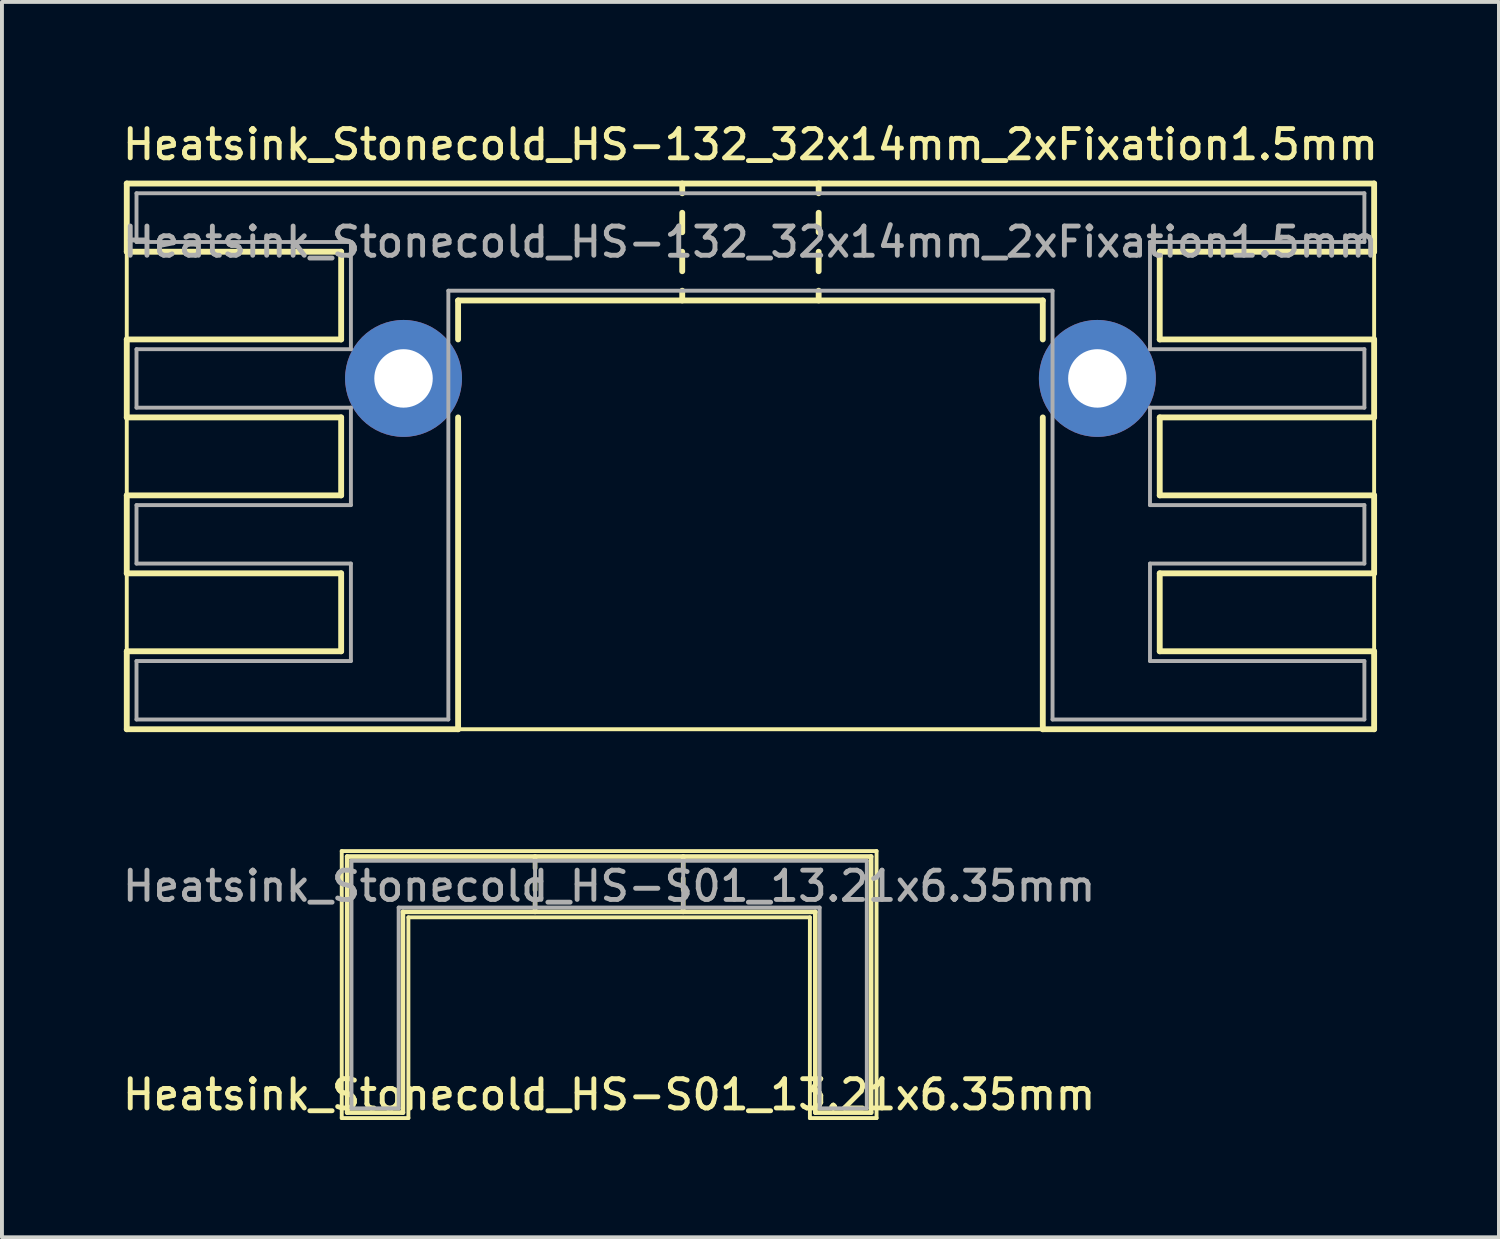
<source format=kicad_pcb>
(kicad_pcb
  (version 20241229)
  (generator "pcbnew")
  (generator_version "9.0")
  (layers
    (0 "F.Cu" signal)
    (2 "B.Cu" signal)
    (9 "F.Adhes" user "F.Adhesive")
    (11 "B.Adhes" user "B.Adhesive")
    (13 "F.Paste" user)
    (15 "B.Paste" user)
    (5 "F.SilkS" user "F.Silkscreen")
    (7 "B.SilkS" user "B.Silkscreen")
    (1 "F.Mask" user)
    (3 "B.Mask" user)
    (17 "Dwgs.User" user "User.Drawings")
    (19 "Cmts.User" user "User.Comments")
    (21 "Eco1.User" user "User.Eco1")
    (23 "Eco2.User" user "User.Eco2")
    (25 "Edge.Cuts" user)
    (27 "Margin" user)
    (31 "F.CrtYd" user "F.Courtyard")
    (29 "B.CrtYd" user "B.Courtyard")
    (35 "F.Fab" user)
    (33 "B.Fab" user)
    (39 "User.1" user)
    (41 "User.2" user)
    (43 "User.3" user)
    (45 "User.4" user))
  (footprint "Heatsink_Stonecold_HS-S01_13.21x6.35mm"
    (layer "F.Cu")
    (at 12.577 19.033)
    (property "Reference" "Heatsink_Stonecold_HS-S01_13.21x6.35mm" (at 0 6 0) (layer "F.SilkS") (effects (font (size 0.75 0.75) (thickness 0.125))))
    (fp_line (start -6.86 -0.25) (end -6.86 6.6) (stroke (width 0.1) (type solid)) (layer "F.SilkS"))
    (fp_line (start -6.86 -0.25) (end 6.86 -0.25) (stroke (width 0.1) (type solid)) (layer "F.SilkS"))
    (fp_line (start -6.86 6.6) (end -5.15 6.6) (stroke (width 0.1) (type solid)) (layer "F.SilkS"))
    (fp_line (start -6.72 -0.11) (end -6.72 6.46) (stroke (width 0.12) (type solid)) (layer "F.SilkS"))
    (fp_line (start -6.72 -0.11) (end 6.72 -0.11) (stroke (width 0.12) (type solid)) (layer "F.SilkS"))
    (fp_line (start -6.72 6.46) (end -5.29 6.46) (stroke (width 0.12) (type solid)) (layer "F.SilkS"))
    (fp_line (start -5.29 1.31) (end 5.29 1.31) (stroke (width 0.12) (type solid)) (layer "F.SilkS"))
    (fp_line (start -5.29 6.46) (end -5.29 1.31) (stroke (width 0.12) (type solid)) (layer "F.SilkS"))
    (fp_line (start -5.15 1.45) (end -5.15 6.6) (stroke (width 0.1) (type solid)) (layer "F.SilkS"))
    (fp_line (start -5.15 1.45) (end 5.15 1.45) (stroke (width 0.1) (type solid)) (layer "F.SilkS"))
    (fp_line (start -1.9 -0.11) (end -1.9 0.19) (stroke (width 0.12) (type solid)) (layer "F.SilkS"))
    (fp_line (start -1.9 0.45) (end -1.9 0.75) (stroke (width 0.12) (type solid)) (layer "F.SilkS"))
    (fp_line (start -1.9 1.01) (end -1.9 1.31) (stroke (width 0.12) (type solid)) (layer "F.SilkS"))
    (fp_line (start 1.9 -0.11) (end 1.9 0.19) (stroke (width 0.12) (type solid)) (layer "F.SilkS"))
    (fp_line (start 1.9 0.45) (end 1.9 0.75) (stroke (width 0.12) (type solid)) (layer "F.SilkS"))
    (fp_line (start 1.9 1.01) (end 1.9 1.31) (stroke (width 0.12) (type solid)) (layer "F.SilkS"))
    (fp_line (start 5.15 1.45) (end 5.15 6.6) (stroke (width 0.1) (type solid)) (layer "F.SilkS"))
    (fp_line (start 5.15 6.6) (end 6.86 6.6) (stroke (width 0.1) (type solid)) (layer "F.SilkS"))
    (fp_line (start 5.29 1.31) (end 5.29 6.46) (stroke (width 0.12) (type solid)) (layer "F.SilkS"))
    (fp_line (start 5.29 6.46) (end 6.72 6.46) (stroke (width 0.12) (type solid)) (layer "F.SilkS"))
    (fp_line (start 6.72 -0.11) (end 6.72 6.46) (stroke (width 0.12) (type solid)) (layer "F.SilkS"))
    (fp_line (start 6.86 -0.25) (end 6.86 6.6) (stroke (width 0.1) (type solid)) (layer "F.SilkS"))
    (fp_line (start -6.61 0) (end -6.61 6.35) (stroke (width 0.1) (type solid)) (layer "F.Fab"))
    (fp_line (start -6.61 0) (end 6.61 0) (stroke (width 0.1) (type solid)) (layer "F.Fab"))
    (fp_line (start -6.61 6.35) (end -5.4 6.35) (stroke (width 0.1) (type solid)) (layer "F.Fab"))
    (fp_line (start -5.4 1.2) (end -5.4 6.35) (stroke (width 0.1) (type solid)) (layer "F.Fab"))
    (fp_line (start -5.4 1.2) (end 5.4 1.2) (stroke (width 0.1) (type solid)) (layer "F.Fab"))
    (fp_line (start -1.9 1.2) (end -1.9 0) (stroke (width 0.1) (type solid)) (layer "F.Fab"))
    (fp_line (start 1.9 1.2) (end 1.9 0) (stroke (width 0.1) (type solid)) (layer "F.Fab"))
    (fp_line (start 5.4 1.2) (end 5.4 6.35) (stroke (width 0.1) (type solid)) (layer "F.Fab"))
    (fp_line (start 5.4 6.35) (end 6.61 6.35) (stroke (width 0.1) (type solid)) (layer "F.Fab"))
    (fp_line (start 6.61 0) (end 6.61 6.35) (stroke (width 0.1) (type solid)) (layer "F.Fab"))
    (fp_text user "${REFERENCE}" (at 0 0.65 0) (layer "F.Fab") (effects (font (size 0.75 0.75) (thickness 0.125)))))
  (footprint "Heatsink_Stonecold_HS-132_32x14mm_2xFixation1.5mm"
    (layer "F.Cu")
    (at 16.202 6.658)
    (property "Reference" "Heatsink_Stonecold_HS-132_32x14mm_2xFixation1.5mm" (at 0 -6 0) (layer "F.SilkS") (effects (font (size 0.75 0.75) (thickness 0.125))))
    (attr through_hole)
    (fp_line (start -16 -5) (end -16 9) (stroke (width 0.1) (type solid)) (layer "F.SilkS"))
    (fp_line (start -16 -5) (end 16 -5) (stroke (width 0.1) (type solid)) (layer "F.SilkS"))
    (fp_line (start -16 -5) (end 16 -5) (stroke (width 0.15) (type solid)) (layer "F.SilkS"))
    (fp_line (start -16 -3.25) (end -16 -5) (stroke (width 0.15) (type solid)) (layer "F.SilkS"))
    (fp_line (start -16 -1) (end -16 1) (stroke (width 0.15) (type solid)) (layer "F.SilkS"))
    (fp_line (start -16 1) (end -10.5 1) (stroke (width 0.15) (type solid)) (layer "F.SilkS"))
    (fp_line (start -16 3) (end -16 5) (stroke (width 0.15) (type solid)) (layer "F.SilkS"))
    (fp_line (start -16 5) (end -10.5 5) (stroke (width 0.15) (type solid)) (layer "F.SilkS"))
    (fp_line (start -16 7) (end -16 9) (stroke (width 0.15) (type solid)) (layer "F.SilkS"))
    (fp_line (start -10.5 -3.25) (end -16 -3.25) (stroke (width 0.15) (type solid)) (layer "F.SilkS"))
    (fp_line (start -10.5 -3.25) (end -10.5 -1) (stroke (width 0.15) (type solid)) (layer "F.SilkS"))
    (fp_line (start -10.5 -1) (end -16 -1) (stroke (width 0.15) (type solid)) (layer "F.SilkS"))
    (fp_line (start -10.5 1) (end -10.5 3) (stroke (width 0.15) (type solid)) (layer "F.SilkS"))
    (fp_line (start -10.5 3) (end -16 3) (stroke (width 0.15) (type solid)) (layer "F.SilkS"))
    (fp_line (start -10.5 5) (end -10.5 7) (stroke (width 0.15) (type solid)) (layer "F.SilkS"))
    (fp_line (start -10.5 7) (end -16 7) (stroke (width 0.15) (type solid)) (layer "F.SilkS"))
    (fp_line (start -7.5 -2) (end -7.5 -1) (stroke (width 0.15) (type solid)) (layer "F.SilkS"))
    (fp_line (start -7.5 -2) (end 7.5 -2) (stroke (width 0.15) (type solid)) (layer "F.SilkS"))
    (fp_line (start -7.5 1) (end -7.5 9) (stroke (width 0.15) (type solid)) (layer "F.SilkS"))
    (fp_line (start -7.5 9) (end -16 9) (stroke (width 0.15) (type solid)) (layer "F.SilkS"))
    (fp_line (start -1.75 -4.75) (end -1.75 -5) (stroke (width 0.15) (type solid)) (layer "F.SilkS"))
    (fp_line (start -1.75 -4.25) (end -1.75 -3.75) (stroke (width 0.15) (type solid)) (layer "F.SilkS"))
    (fp_line (start -1.75 -3.25) (end -1.75 -2.75) (stroke (width 0.15) (type solid)) (layer "F.SilkS"))
    (fp_line (start -1.75 -2.25) (end -1.75 -2) (stroke (width 0.15) (type solid)) (layer "F.SilkS"))
    (fp_line (start 1.75 -4.75) (end 1.75 -5) (stroke (width 0.15) (type solid)) (layer "F.SilkS"))
    (fp_line (start 1.75 -4.25) (end 1.75 -3.75) (stroke (width 0.15) (type solid)) (layer "F.SilkS"))
    (fp_line (start 1.75 -3.25) (end 1.75 -2.75) (stroke (width 0.15) (type solid)) (layer "F.SilkS"))
    (fp_line (start 1.75 -2.25) (end 1.75 -2) (stroke (width 0.15) (type solid)) (layer "F.SilkS"))
    (fp_line (start 7.5 -2) (end 7.5 -1) (stroke (width 0.15) (type solid)) (layer "F.SilkS"))
    (fp_line (start 7.5 1) (end 7.5 9) (stroke (width 0.15) (type solid)) (layer "F.SilkS"))
    (fp_line (start 7.5 9) (end 16 9) (stroke (width 0.15) (type solid)) (layer "F.SilkS"))
    (fp_line (start 10.5 -3.25) (end 10.5 -1) (stroke (width 0.15) (type solid)) (layer "F.SilkS"))
    (fp_line (start 10.5 -3.25) (end 16 -3.25) (stroke (width 0.15) (type solid)) (layer "F.SilkS"))
    (fp_line (start 10.5 -1) (end 16 -1) (stroke (width 0.15) (type solid)) (layer "F.SilkS"))
    (fp_line (start 10.5 1) (end 10.5 3) (stroke (width 0.15) (type solid)) (layer "F.SilkS"))
    (fp_line (start 10.5 1) (end 16 1) (stroke (width 0.15) (type solid)) (layer "F.SilkS"))
    (fp_line (start 10.5 3) (end 16 3) (stroke (width 0.15) (type solid)) (layer "F.SilkS"))
    (fp_line (start 10.5 5) (end 10.5 7) (stroke (width 0.15) (type solid)) (layer "F.SilkS"))
    (fp_line (start 10.5 5) (end 16 5) (stroke (width 0.15) (type solid)) (layer "F.SilkS"))
    (fp_line (start 10.5 7) (end 16 7) (stroke (width 0.15) (type solid)) (layer "F.SilkS"))
    (fp_line (start 16 -5) (end 16 -3.25) (stroke (width 0.15) (type solid)) (layer "F.SilkS"))
    (fp_line (start 16 -1) (end 16 1) (stroke (width 0.15) (type solid)) (layer "F.SilkS"))
    (fp_line (start 16 3) (end 16 5) (stroke (width 0.15) (type solid)) (layer "F.SilkS"))
    (fp_line (start 16 7) (end 16 9) (stroke (width 0.15) (type solid)) (layer "F.SilkS"))
    (fp_line (start 16 9) (end -16 9) (stroke (width 0.1) (type solid)) (layer "F.SilkS"))
    (fp_line (start 16 9) (end 16 -5) (stroke (width 0.1) (type solid)) (layer "F.SilkS"))
    (fp_line (start -15.75 -4.75) (end -15.75 -3.5) (stroke (width 0.1) (type solid)) (layer "F.Fab"))
    (fp_line (start -15.75 -3.5) (end -10.25 -3.5) (stroke (width 0.1) (type solid)) (layer "F.Fab"))
    (fp_line (start -15.75 -0.75) (end -15.75 0.75) (stroke (width 0.1) (type solid)) (layer "F.Fab"))
    (fp_line (start -15.75 0.75) (end -10.25 0.75) (stroke (width 0.1) (type solid)) (layer "F.Fab"))
    (fp_line (start -15.75 3.25) (end -15.75 4.75) (stroke (width 0.1) (type solid)) (layer "F.Fab"))
    (fp_line (start -15.75 4.75) (end -10.25 4.75) (stroke (width 0.1) (type solid)) (layer "F.Fab"))
    (fp_line (start -15.75 7.25) (end -15.75 8.75) (stroke (width 0.1) (type solid)) (layer "F.Fab"))
    (fp_line (start -15.75 8.75) (end -7.75 8.75) (stroke (width 0.1) (type solid)) (layer "F.Fab"))
    (fp_line (start -10.25 -3.5) (end -10.25 -0.75) (stroke (width 0.1) (type solid)) (layer "F.Fab"))
    (fp_line (start -10.25 -0.75) (end -15.75 -0.75) (stroke (width 0.1) (type solid)) (layer "F.Fab"))
    (fp_line (start -10.25 0.75) (end -10.25 3.25) (stroke (width 0.1) (type solid)) (layer "F.Fab"))
    (fp_line (start -10.25 3.25) (end -15.75 3.25) (stroke (width 0.1) (type solid)) (layer "F.Fab"))
    (fp_line (start -10.25 4.75) (end -10.25 7.25) (stroke (width 0.1) (type solid)) (layer "F.Fab"))
    (fp_line (start -10.25 7.25) (end -15.75 7.25) (stroke (width 0.1) (type solid)) (layer "F.Fab"))
    (fp_line (start -7.75 -2.25) (end 7.75 -2.25) (stroke (width 0.1) (type solid)) (layer "F.Fab"))
    (fp_line (start -7.75 8.75) (end -7.75 -2.25) (stroke (width 0.1) (type solid)) (layer "F.Fab"))
    (fp_line (start 7.75 -2.25) (end 7.75 8.75) (stroke (width 0.1) (type solid)) (layer "F.Fab"))
    (fp_line (start 7.75 8.75) (end 15.75 8.75) (stroke (width 0.1) (type solid)) (layer "F.Fab"))
    (fp_line (start 10.25 -3.5) (end 15.75 -3.5) (stroke (width 0.1) (type solid)) (layer "F.Fab"))
    (fp_line (start 10.25 -0.75) (end 10.25 -3.5) (stroke (width 0.1) (type solid)) (layer "F.Fab"))
    (fp_line (start 10.25 0.75) (end 15.75 0.75) (stroke (width 0.1) (type solid)) (layer "F.Fab"))
    (fp_line (start 10.25 3.25) (end 10.25 0.75) (stroke (width 0.1) (type solid)) (layer "F.Fab"))
    (fp_line (start 10.25 4.75) (end 15.75 4.75) (stroke (width 0.1) (type solid)) (layer "F.Fab"))
    (fp_line (start 10.25 7.25) (end 10.25 4.75) (stroke (width 0.1) (type solid)) (layer "F.Fab"))
    (fp_line (start 15.75 -4.75) (end -15.75 -4.75) (stroke (width 0.1) (type solid)) (layer "F.Fab"))
    (fp_line (start 15.75 -3.5) (end 15.75 -4.75) (stroke (width 0.1) (type solid)) (layer "F.Fab"))
    (fp_line (start 15.75 -0.75) (end 10.25 -0.75) (stroke (width 0.1) (type solid)) (layer "F.Fab"))
    (fp_line (start 15.75 0.75) (end 15.75 -0.75) (stroke (width 0.1) (type solid)) (layer "F.Fab"))
    (fp_line (start 15.75 3.25) (end 10.25 3.25) (stroke (width 0.1) (type solid)) (layer "F.Fab"))
    (fp_line (start 15.75 4.75) (end 15.75 3.25) (stroke (width 0.1) (type solid)) (layer "F.Fab"))
    (fp_line (start 15.75 7.25) (end 10.25 7.25) (stroke (width 0.1) (type solid)) (layer "F.Fab"))
    (fp_line (start 15.75 8.75) (end 15.75 7.25) (stroke (width 0.1) (type solid)) (layer "F.Fab"))
    (fp_text user "${REFERENCE}" (at 0 -3.5 0) (layer "F.Fab") (effects (font (size 0.75 0.75) (thickness 0.125))))
    (pad "1" thru_hole circle (at -8.9 0) (size 3 3) (drill 1.5) (layers "*.Cu" "*.Mask"))
    (pad "1" thru_hole circle (at 8.9 0) (size 3 3) (drill 1.5) (layers "*.Cu" "*.Mask")))
  (gr_rect
    (start -3 -3)
    (end 35.404 28.691)
    (stroke (width 0.1) (type default))
    (fill no)
    (layer "Edge.Cuts")))
</source>
